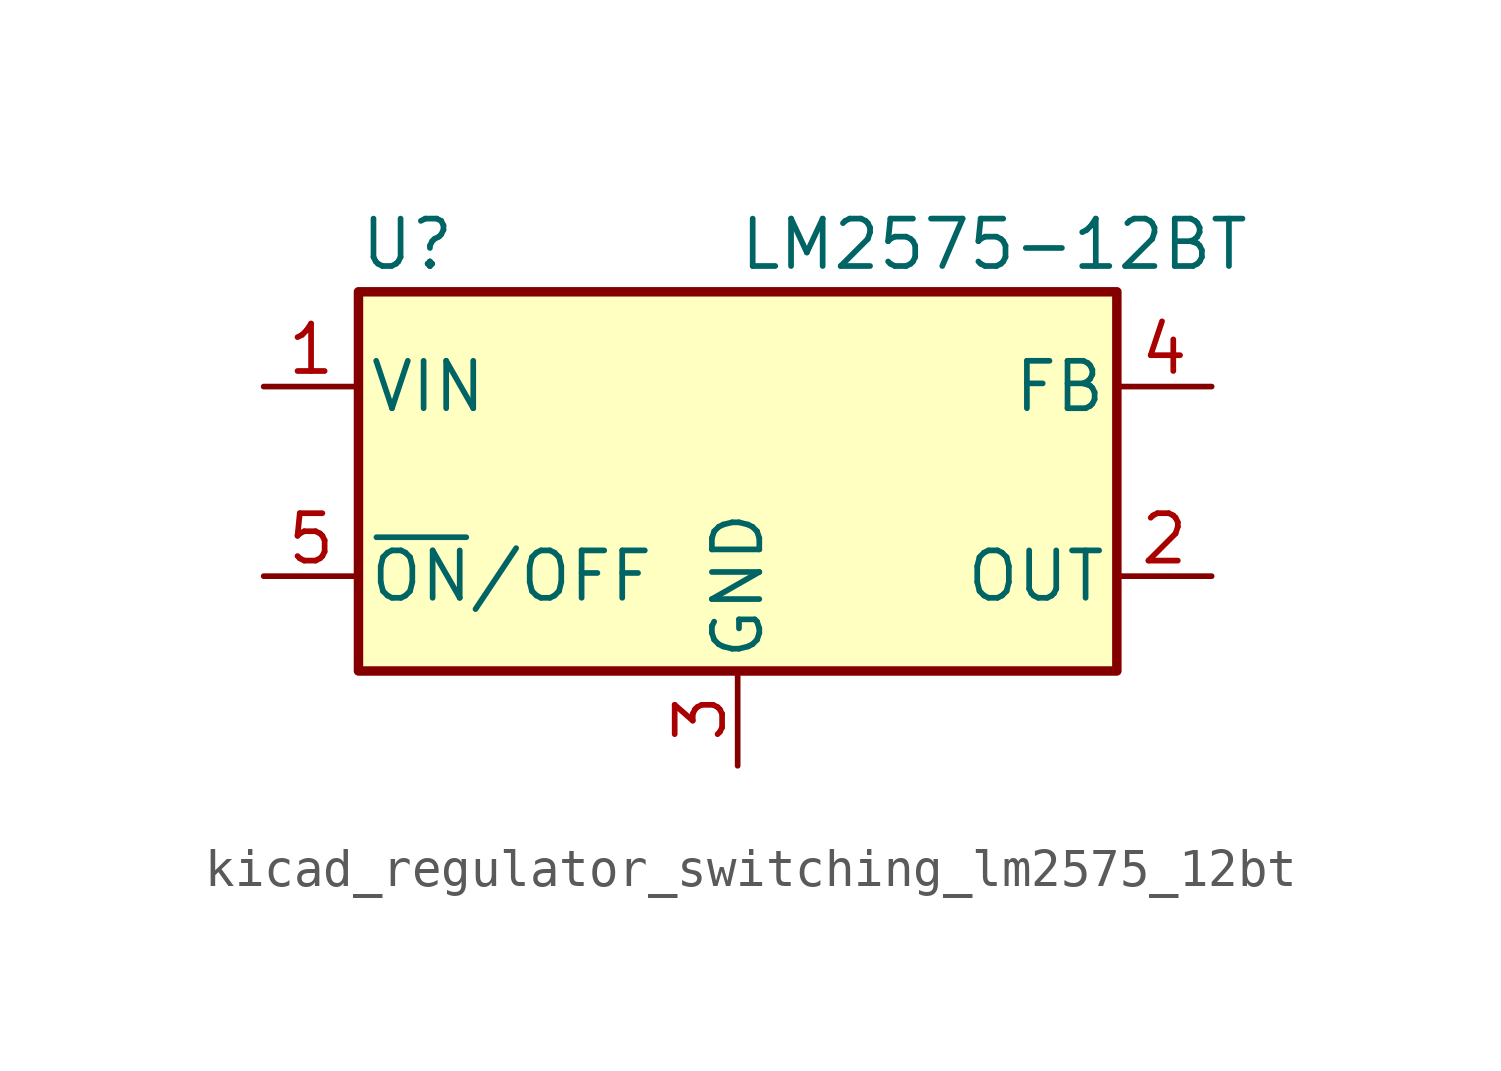
<source format=kicad_sym>
(kicad_symbol_lib
  (version 20220914)
  (generator kicad_symbol_editor)
  (symbol "kicad_regulator_switching_lm2575_12bt"
    (pin_names
      (offset 0.254))
    (property "Reference" "U"
      (at -10.16 6.35 0)
      (effects (font (size 1.27 1.27)) (justify left)))
    (property "Value" "LM2575-12BT"
      (at 0 6.35 0)
      (effects (font (size 1.27 1.27)) (justify left)))
    (symbol "kicad_regulator_switching_lm2575_12bt_0_1"
      (rectangle (start -10.16 5.08) (end 10.16 -5.08) (stroke (width 0.254) (type default)) (fill (type background))))
    (symbol "kicad_regulator_switching_lm2575_12bt_1_1"
      (pin power_in line (at -12.7 2.54 0) (length 2.54) (name "VIN" (effects (font (size 1.27 1.27)))) (number "1" (effects (font (size 1.27 1.27)))))
      (pin output line (at 12.7 -2.54 180) (length 2.54) (name "OUT" (effects (font (size 1.27 1.27)))) (number "2" (effects (font (size 1.27 1.27)))))
      (pin power_in line (at 0 -7.62 90) (length 2.54) (name "GND" (effects (font (size 1.27 1.27)))) (number "3" (effects (font (size 1.27 1.27)))))
      (pin input line (at 12.7 2.54 180) (length 2.54) (name "FB" (effects (font (size 1.27 1.27)))) (number "4" (effects (font (size 1.27 1.27)))))
      (pin input line (at -12.7 -2.54 0) (length 2.54) (name "~{ON}/OFF" (effects (font (size 1.27 1.27)))) (number "5" (effects (font (size 1.27 1.27))))))))
</source>
